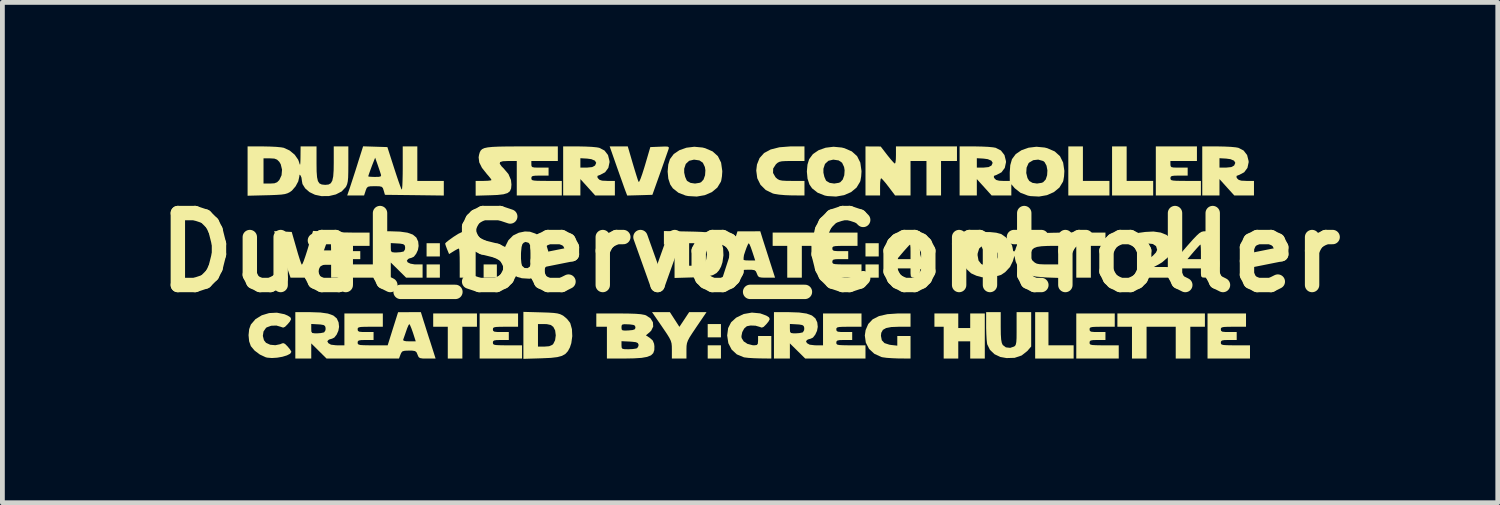
<source format=kicad_pcb>
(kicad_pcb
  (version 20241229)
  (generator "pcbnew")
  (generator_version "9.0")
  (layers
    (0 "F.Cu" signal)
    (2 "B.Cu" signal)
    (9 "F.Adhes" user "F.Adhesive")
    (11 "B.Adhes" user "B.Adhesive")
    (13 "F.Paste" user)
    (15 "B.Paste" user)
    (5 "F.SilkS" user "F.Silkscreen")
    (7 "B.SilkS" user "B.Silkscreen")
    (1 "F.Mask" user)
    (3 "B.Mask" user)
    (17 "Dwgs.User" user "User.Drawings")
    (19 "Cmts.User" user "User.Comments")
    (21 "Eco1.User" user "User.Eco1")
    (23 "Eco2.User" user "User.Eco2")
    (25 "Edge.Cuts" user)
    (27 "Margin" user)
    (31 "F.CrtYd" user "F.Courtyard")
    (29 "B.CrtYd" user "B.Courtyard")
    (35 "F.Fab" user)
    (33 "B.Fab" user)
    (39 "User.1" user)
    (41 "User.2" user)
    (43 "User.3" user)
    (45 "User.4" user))
  (footprint "Dual_Servo_Controller"
    (layer "F.Cu")
    (at 12.586 2.213)
    (property "Reference" "Dual_Servo_Controller" (at 0 0 0) (layer "F.SilkS") (effects (font (size 1.5 1.5) (thickness 0.3))))
    (attr board_only exclude_from_pos_files exclude_from_bom)
    (fp_poly (pts (xy -6.467 -0.055) (xy -6.467 0.083) (xy -6.606 0.083) (xy -6.744 0.083) (xy -6.744 -0.055) (xy -6.744 -0.193) (xy -6.606 -0.193) (xy -6.467 -0.193)) (stroke (width 0) (type solid)) (fill yes) (layer "F.SilkS"))
    (fp_poly (pts (xy -6.467 0.387) (xy -6.467 0.525) (xy -6.606 0.525) (xy -6.744 0.525) (xy -6.744 0.387) (xy -6.744 0.249) (xy -6.606 0.249) (xy -6.467 0.249)) (stroke (width 0) (type solid)) (fill yes) (layer "F.SilkS"))
    (fp_poly (pts (xy -5.279 0.387) (xy -5.279 0.525) (xy -5.417 0.525) (xy -5.555 0.525) (xy -5.555 0.387) (xy -5.555 0.249) (xy -5.417 0.249) (xy -5.279 0.249)) (stroke (width 0) (type solid)) (fill yes) (layer "F.SilkS"))
    (fp_poly (pts (xy -0.608 1.631) (xy -0.608 1.769) (xy -0.746 1.769) (xy -0.884 1.769) (xy -0.884 1.631) (xy -0.884 1.492) (xy -0.746 1.492) (xy -0.608 1.492)) (stroke (width 0) (type solid)) (fill yes) (layer "F.SilkS"))
    (fp_poly (pts (xy -0.608 2.073) (xy -0.608 2.211) (xy -0.746 2.211) (xy -0.884 2.211) (xy -0.884 2.073) (xy -0.884 1.935) (xy -0.746 1.935) (xy -0.608 1.935)) (stroke (width 0) (type solid)) (fill yes) (layer "F.SilkS"))
    (fp_poly (pts (xy 2.681 -0.055) (xy 2.681 0.083) (xy 2.543 0.083) (xy 2.405 0.083) (xy 2.405 -0.055) (xy 2.405 -0.193) (xy 2.543 -0.193) (xy 2.681 -0.193)) (stroke (width 0) (type solid)) (fill yes) (layer "F.SilkS"))
    (fp_poly (pts (xy 2.681 0.387) (xy 2.681 0.525) (xy 2.543 0.525) (xy 2.405 0.525) (xy 2.405 0.387) (xy 2.405 0.249) (xy 2.543 0.249) (xy 2.681 0.249)) (stroke (width 0) (type solid)) (fill yes) (layer "F.SilkS"))
    (fp_poly (pts (xy 6.219 1.589) (xy 6.219 1.935) (xy 6.481 1.935) (xy 6.744 1.935) (xy 6.744 2.073) (xy 6.744 2.211) (xy 6.343 2.211) (xy 5.942 2.211) (xy 5.942 1.727) (xy 5.942 1.244) (xy 6.081 1.244) (xy 6.219 1.244)) (stroke (width 0) (type solid)) (fill yes) (layer "F.SilkS"))
    (fp_poly (pts (xy 6.937 -1.852) (xy 6.937 -1.492) (xy 7.214 -1.492) (xy 7.49 -1.492) (xy 7.49 -1.34) (xy 7.49 -1.188) (xy 7.062 -1.188) (xy 6.633 -1.188) (xy 6.633 -1.7) (xy 6.633 -2.211) (xy 6.785 -2.211) (xy 6.937 -2.211)) (stroke (width 0) (type solid)) (fill yes) (layer "F.SilkS"))
    (fp_poly (pts (xy 7.849 -1.852) (xy 7.849 -1.492) (xy 8.126 -1.492) (xy 8.402 -1.492) (xy 8.402 -1.34) (xy 8.402 -1.188) (xy 7.974 -1.188) (xy 7.545 -1.188) (xy 7.545 -1.7) (xy 7.545 -2.211) (xy 7.697 -2.211) (xy 7.849 -2.211)) (stroke (width 0) (type solid)) (fill yes) (layer "F.SilkS"))
    (fp_poly (pts (xy -5.694 1.41) (xy -5.694 1.548) (xy -5.846 1.548) (xy -5.998 1.548) (xy -5.998 1.879) (xy -5.998 2.211) (xy -6.15 2.211) (xy -6.302 2.211) (xy -6.302 1.879) (xy -6.302 1.548) (xy -6.454 1.548) (xy -6.606 1.548) (xy -6.606 1.41) (xy -6.606 1.271) (xy -6.15 1.271) (xy -5.694 1.271)) (stroke (width 0) (type solid)) (fill yes) (layer "F.SilkS"))
    (fp_poly (pts (xy 1.382 -0.276) (xy 1.382 -0.138) (xy 1.23 -0.138) (xy 1.078 -0.138) (xy 1.078 0.193) (xy 1.078 0.525) (xy 0.926 0.525) (xy 0.774 0.525) (xy 0.774 0.193) (xy 0.774 -0.138) (xy 0.622 -0.138) (xy 0.47 -0.138) (xy 0.47 -0.276) (xy 0.47 -0.415) (xy 0.926 -0.415) (xy 1.382 -0.415)) (stroke (width 0) (type solid)) (fill yes) (layer "F.SilkS"))
    (fp_poly (pts (xy 9.48 1.41) (xy 9.48 1.548) (xy 9.328 1.548) (xy 9.176 1.548) (xy 9.176 1.879) (xy 9.176 2.211) (xy 9.024 2.211) (xy 8.872 2.211) (xy 8.872 1.879) (xy 8.872 1.548) (xy 8.568 1.548) (xy 8.264 1.548) (xy 8.264 1.879) (xy 8.264 2.211) (xy 8.112 2.211) (xy 7.96 2.211) (xy 7.96 1.879) (xy 7.96 1.548) (xy 7.808 1.548) (xy 7.656 1.548) (xy 7.656 1.41) (xy 7.656 1.271) (xy 8.568 1.271) (xy 9.48 1.271)) (stroke (width 0) (type solid)) (fill yes) (layer "F.SilkS"))
    (fp_poly (pts (xy -5.721 0.041) (xy -5.721 0.525) (xy -5.887 0.525) (xy -6.053 0.525) (xy -6.053 0.221) (xy -6.054 0.099) (xy -6.058 0.000207) (xy -6.064 -0.064) (xy -6.07 -0.083) (xy -6.103 -0.07) (xy -6.162 -0.037) (xy -6.181 -0.025) (xy -6.275 0.033) (xy -6.316 -0.066) (xy -6.342 -0.135) (xy -6.356 -0.181) (xy -6.357 -0.186) (xy -6.336 -0.211) (xy -6.279 -0.257) (xy -6.199 -0.314) (xy -6.184 -0.325) (xy -6.085 -0.388) (xy -6.01 -0.424) (xy -5.938 -0.439) (xy -5.866 -0.442) (xy -5.721 -0.442)) (stroke (width 0) (type solid)) (fill yes) (layer "F.SilkS"))
    (fp_poly (pts (xy -1.118 1.551) (xy -1.202 1.676) (xy -1.26 1.766) (xy -1.296 1.834) (xy -1.316 1.89) (xy -1.325 1.947) (xy -1.327 2.015) (xy -1.327 2.035) (xy -1.327 2.211) (xy -1.479 2.211) (xy -1.631 2.211) (xy -1.631 2.029) (xy -1.632 1.953) (xy -1.638 1.894) (xy -1.654 1.839) (xy -1.685 1.776) (xy -1.736 1.694) (xy -1.812 1.582) (xy -1.837 1.545) (xy -2.044 1.244) (xy -1.858 1.244) (xy -1.672 1.244) (xy -1.573 1.397) (xy -1.474 1.55) (xy -1.372 1.397) (xy -1.271 1.244) (xy -1.09 1.244) (xy -0.909 1.244)) (stroke (width 0) (type solid)) (fill yes) (layer "F.SilkS"))
    (fp_poly (pts (xy 4.339 1.423) (xy 4.339 1.575) (xy 4.464 1.575) (xy 4.588 1.575) (xy 4.588 1.423) (xy 4.588 1.271) (xy 4.74 1.271) (xy 4.892 1.271) (xy 4.892 1.741) (xy 4.892 2.211) (xy 4.74 2.211) (xy 4.588 2.211) (xy 4.588 2.031) (xy 4.588 1.852) (xy 4.464 1.852) (xy 4.339 1.852) (xy 4.339 2.031) (xy 4.339 2.211) (xy 4.187 2.211) (xy 4.035 2.211) (xy 4.035 1.879) (xy 4.035 1.548) (xy 3.939 1.548) (xy 3.842 1.548) (xy 3.842 1.41) (xy 3.842 1.271) (xy 4.091 1.271) (xy 4.339 1.271)) (stroke (width 0) (type solid)) (fill yes) (layer "F.SilkS"))
    (fp_poly (pts (xy 9.314 -2.059) (xy 9.314 -1.907) (xy 9.038 -1.907) (xy 8.761 -1.907) (xy 8.761 -1.838) (xy 8.765 -1.801) (xy 8.782 -1.78) (xy 8.827 -1.771) (xy 8.912 -1.769) (xy 8.941 -1.769) (xy 9.121 -1.769) (xy 9.121 -1.686) (xy 9.121 -1.603) (xy 8.941 -1.603) (xy 8.844 -1.601) (xy 8.79 -1.594) (xy 8.766 -1.576) (xy 8.761 -1.548) (xy 8.765 -1.524) (xy 8.781 -1.508) (xy 8.82 -1.499) (xy 8.89 -1.494) (xy 9.002 -1.493) (xy 9.079 -1.492) (xy 9.397 -1.492) (xy 9.397 -1.34) (xy 9.397 -1.188) (xy 8.927 -1.188) (xy 8.457 -1.188) (xy 8.457 -1.7) (xy 8.457 -2.211) (xy 8.886 -2.211) (xy 9.314 -2.211)) (stroke (width 0) (type solid)) (fill yes) (layer "F.SilkS"))
    (fp_poly (pts (xy 8.56 -0.415) (xy 8.682 -0.365) (xy 8.766 -0.291) (xy 8.788 -0.251) (xy 8.81 -0.132) (xy 8.78 -0.011) (xy 8.705 0.104) (xy 8.587 0.206) (xy 8.514 0.25) (xy 8.416 0.302) (xy 8.616 0.303) (xy 8.817 0.304) (xy 8.817 0.415) (xy 8.817 0.525) (xy 8.444 0.525) (xy 8.071 0.525) (xy 8.071 0.392) (xy 8.073 0.311) (xy 8.091 0.263) (xy 8.137 0.229) (xy 8.189 0.202) (xy 8.303 0.138) (xy 8.397 0.067) (xy 8.461 -0.001) (xy 8.485 -0.056) (xy 8.462 -0.132) (xy 8.395 -0.177) (xy 8.283 -0.189) (xy 8.245 -0.187) (xy 8.098 -0.175) (xy 8.098 -0.292) (xy 8.098 -0.409) (xy 8.236 -0.428) (xy 8.408 -0.437)) (stroke (width 0) (type solid)) (fill yes) (layer "F.SilkS"))
    (fp_poly (pts (xy -4.837 1.41) (xy -4.837 1.548) (xy -5.099 1.548) (xy -5.221 1.549) (xy -5.298 1.553) (xy -5.341 1.562) (xy -5.358 1.578) (xy -5.362 1.603) (xy -5.356 1.634) (xy -5.329 1.651) (xy -5.27 1.657) (xy -5.196 1.658) (xy -5.03 1.658) (xy -5.03 1.741) (xy -5.03 1.824) (xy -5.196 1.824) (xy -5.289 1.826) (xy -5.339 1.835) (xy -5.359 1.855) (xy -5.362 1.879) (xy -5.358 1.904) (xy -5.342 1.92) (xy -5.302 1.929) (xy -5.229 1.933) (xy -5.115 1.935) (xy -5.058 1.935) (xy -4.754 1.935) (xy -4.754 2.073) (xy -4.754 2.211) (xy -5.196 2.211) (xy -5.638 2.211) (xy -5.638 1.741) (xy -5.638 1.271) (xy -5.238 1.271) (xy -4.837 1.271)) (stroke (width 0) (type solid)) (fill yes) (layer "F.SilkS"))
    (fp_poly (pts (xy -2.447 -1.859) (xy -2.407 -1.725) (xy -2.371 -1.609) (xy -2.343 -1.521) (xy -2.325 -1.473) (xy -2.324 -1.47) (xy -2.309 -1.481) (xy -2.283 -1.539) (xy -2.248 -1.637) (xy -2.206 -1.769) (xy -2.192 -1.815) (xy -2.08 -2.197) (xy -1.881 -2.205) (xy -1.778 -2.209) (xy -1.72 -2.207) (xy -1.696 -2.195) (xy -1.695 -2.172) (xy -1.701 -2.151) (xy -1.717 -2.105) (xy -1.748 -2.017) (xy -1.79 -1.897) (xy -1.84 -1.755) (xy -1.879 -1.645) (xy -2.037 -1.202) (xy -2.299 -1.194) (xy -2.562 -1.187) (xy -2.607 -1.305) (xy -2.632 -1.374) (xy -2.67 -1.482) (xy -2.718 -1.616) (xy -2.77 -1.763) (xy -2.789 -1.817) (xy -2.927 -2.211) (xy -2.738 -2.211) (xy -2.55 -2.211)) (stroke (width 0) (type solid)) (fill yes) (layer "F.SilkS"))
    (fp_poly (pts (xy 2.239 -0.276) (xy 2.239 -0.138) (xy 1.976 -0.138) (xy 1.854 -0.137) (xy 1.777 -0.133) (xy 1.735 -0.124) (xy 1.717 -0.108) (xy 1.714 -0.083) (xy 1.72 -0.052) (xy 1.746 -0.035) (xy 1.806 -0.029) (xy 1.879 -0.028) (xy 2.045 -0.028) (xy 2.045 0.055) (xy 2.045 0.138) (xy 1.879 0.138) (xy 1.787 0.14) (xy 1.737 0.149) (xy 1.717 0.169) (xy 1.714 0.193) (xy 1.717 0.218) (xy 1.734 0.234) (xy 1.774 0.243) (xy 1.846 0.247) (xy 1.96 0.249) (xy 2.018 0.249) (xy 2.322 0.249) (xy 2.322 0.387) (xy 2.322 0.525) (xy 1.879 0.525) (xy 1.437 0.525) (xy 1.437 0.055) (xy 1.437 -0.415) (xy 1.838 -0.415) (xy 2.239 -0.415)) (stroke (width 0) (type solid)) (fill yes) (layer "F.SilkS"))
    (fp_poly (pts (xy 7.601 1.41) (xy 7.601 1.548) (xy 7.338 1.548) (xy 7.216 1.549) (xy 7.139 1.553) (xy 7.097 1.562) (xy 7.079 1.578) (xy 7.076 1.603) (xy 7.082 1.634) (xy 7.108 1.651) (xy 7.168 1.657) (xy 7.241 1.658) (xy 7.407 1.658) (xy 7.407 1.741) (xy 7.407 1.824) (xy 7.241 1.824) (xy 7.149 1.826) (xy 7.099 1.835) (xy 7.079 1.855) (xy 7.076 1.879) (xy 7.079 1.904) (xy 7.096 1.92) (xy 7.136 1.929) (xy 7.208 1.933) (xy 7.322 1.935) (xy 7.38 1.935) (xy 7.684 1.935) (xy 7.684 2.073) (xy 7.684 2.211) (xy 7.241 2.211) (xy 6.799 2.211) (xy 6.799 1.741) (xy 6.799 1.271) (xy 7.2 1.271) (xy 7.601 1.271)) (stroke (width 0) (type solid)) (fill yes) (layer "F.SilkS"))
    (fp_poly (pts (xy 10.337 1.41) (xy 10.337 1.548) (xy 10.074 1.548) (xy 9.952 1.549) (xy 9.875 1.553) (xy 9.833 1.562) (xy 9.815 1.578) (xy 9.812 1.603) (xy 9.818 1.634) (xy 9.844 1.651) (xy 9.904 1.657) (xy 9.978 1.658) (xy 10.143 1.658) (xy 10.143 1.741) (xy 10.143 1.824) (xy 9.978 1.824) (xy 9.885 1.826) (xy 9.835 1.835) (xy 9.815 1.855) (xy 9.812 1.879) (xy 9.815 1.904) (xy 9.832 1.92) (xy 9.872 1.929) (xy 9.944 1.933) (xy 10.058 1.935) (xy 10.116 1.935) (xy 10.42 1.935) (xy 10.42 2.073) (xy 10.42 2.211) (xy 9.978 2.211) (xy 9.535 2.211) (xy 9.535 1.741) (xy 9.535 1.271) (xy 9.936 1.271) (xy 10.337 1.271)) (stroke (width 0) (type solid)) (fill yes) (layer "F.SilkS"))
    (fp_poly (pts (xy 3.344 1.41) (xy 3.344 1.548) (xy 3.099 1.548) (xy 2.943 1.554) (xy 2.835 1.575) (xy 2.768 1.613) (xy 2.734 1.674) (xy 2.727 1.738) (xy 2.745 1.829) (xy 2.801 1.889) (xy 2.903 1.922) (xy 2.941 1.928) (xy 3.068 1.942) (xy 3.068 1.842) (xy 3.068 1.741) (xy 3.206 1.741) (xy 3.344 1.741) (xy 3.344 1.976) (xy 3.344 2.211) (xy 3.089 2.209) (xy 2.963 2.204) (xy 2.846 2.196) (xy 2.759 2.184) (xy 2.737 2.179) (xy 2.589 2.111) (xy 2.479 2.009) (xy 2.412 1.879) (xy 2.391 1.73) (xy 2.408 1.617) (xy 2.463 1.49) (xy 2.555 1.393) (xy 2.686 1.326) (xy 2.861 1.286) (xy 3.082 1.271) (xy 3.101 1.271) (xy 3.344 1.271)) (stroke (width 0) (type solid)) (fill yes) (layer "F.SilkS"))
    (fp_poly (pts (xy 5.224 1.555) (xy 5.226 1.707) (xy 5.233 1.813) (xy 5.246 1.883) (xy 5.266 1.928) (xy 5.267 1.929) (xy 5.332 1.978) (xy 5.421 1.988) (xy 5.502 1.961) (xy 5.524 1.945) (xy 5.539 1.916) (xy 5.549 1.867) (xy 5.554 1.786) (xy 5.555 1.665) (xy 5.555 1.588) (xy 5.555 1.244) (xy 5.707 1.244) (xy 5.859 1.244) (xy 5.859 1.602) (xy 5.859 1.96) (xy 5.777 2.055) (xy 5.66 2.147) (xy 5.514 2.196) (xy 5.345 2.201) (xy 5.216 2.178) (xy 5.095 2.121) (xy 4.999 2.029) (xy 4.943 1.915) (xy 4.938 1.888) (xy 4.93 1.813) (xy 4.924 1.702) (xy 4.92 1.574) (xy 4.92 1.513) (xy 4.92 1.244) (xy 5.072 1.244) (xy 5.224 1.244)) (stroke (width 0) (type solid)) (fill yes) (layer "F.SilkS"))
    (fp_poly (pts (xy 1.133 -2.059) (xy 1.133 -1.907) (xy 0.869 -1.907) (xy 0.745 -1.906) (xy 0.662 -1.901) (xy 0.608 -1.889) (xy 0.569 -1.867) (xy 0.538 -1.839) (xy 0.481 -1.751) (xy 0.478 -1.658) (xy 0.529 -1.569) (xy 0.538 -1.56) (xy 0.574 -1.529) (xy 0.614 -1.509) (xy 0.671 -1.498) (xy 0.759 -1.493) (xy 0.869 -1.492) (xy 1.133 -1.492) (xy 1.133 -1.34) (xy 1.133 -1.188) (xy 0.864 -1.19) (xy 0.731 -1.195) (xy 0.605 -1.206) (xy 0.505 -1.222) (xy 0.474 -1.23) (xy 0.326 -1.302) (xy 0.217 -1.41) (xy 0.149 -1.548) (xy 0.128 -1.708) (xy 0.143 -1.833) (xy 0.197 -1.968) (xy 0.291 -2.073) (xy 0.428 -2.147) (xy 0.61 -2.193) (xy 0.838 -2.211) (xy 0.876 -2.211) (xy 1.133 -2.211)) (stroke (width 0) (type solid)) (fill yes) (layer "F.SilkS"))
    (fp_poly (pts (xy -4.36 1.248) (xy -4.206 1.253) (xy -4.096 1.26) (xy -4.018 1.27) (xy -3.96 1.286) (xy -3.912 1.309) (xy -3.893 1.32) (xy -3.817 1.384) (xy -3.756 1.461) (xy -3.748 1.476) (xy -3.714 1.598) (xy -3.707 1.744) (xy -3.727 1.89) (xy -3.757 1.981) (xy -3.799 2.058) (xy -3.851 2.115) (xy -3.922 2.155) (xy -4.019 2.181) (xy -4.154 2.197) (xy -4.333 2.205) (xy -4.36 2.206) (xy -4.726 2.217) (xy -4.726 1.727) (xy -4.422 1.727) (xy -4.422 1.962) (xy -4.288 1.962) (xy -4.188 1.954) (xy -4.123 1.925) (xy -4.104 1.907) (xy -4.065 1.829) (xy -4.051 1.727) (xy -4.064 1.625) (xy -4.102 1.551) (xy -4.156 1.511) (xy -4.235 1.494) (xy -4.288 1.492) (xy -4.422 1.492) (xy -4.422 1.727) (xy -4.726 1.727) (xy -4.726 1.238)) (stroke (width 0) (type solid)) (fill yes) (layer "F.SilkS"))
    (fp_poly (pts (xy 4.312 -2.059) (xy 4.312 -1.907) (xy 4.146 -1.907) (xy 3.98 -1.907) (xy 3.98 -1.548) (xy 3.98 -1.188) (xy 3.828 -1.188) (xy 3.676 -1.188) (xy 3.676 -1.548) (xy 3.676 -1.907) (xy 3.51 -1.907) (xy 3.344 -1.907) (xy 3.344 -1.548) (xy 3.344 -1.188) (xy 3.184 -1.188) (xy 3.023 -1.188) (xy 2.887 -1.368) (xy 2.822 -1.451) (xy 2.768 -1.514) (xy 2.735 -1.546) (xy 2.73 -1.548) (xy 2.719 -1.523) (xy 2.711 -1.457) (xy 2.709 -1.368) (xy 2.709 -1.188) (xy 2.557 -1.188) (xy 2.405 -1.188) (xy 2.405 -1.7) (xy 2.405 -2.211) (xy 2.563 -2.21) (xy 2.722 -2.209) (xy 2.86 -2.03) (xy 2.926 -1.948) (xy 2.981 -1.885) (xy 3.015 -1.854) (xy 3.019 -1.852) (xy 3.03 -1.877) (xy 3.038 -1.943) (xy 3.04 -2.031) (xy 3.04 -2.211) (xy 3.676 -2.211) (xy 4.312 -2.211)) (stroke (width 0) (type solid)) (fill yes) (layer "F.SilkS"))
    (fp_poly (pts (xy 0.209 1.269) (xy 0.338 1.316) (xy 0.394 1.352) (xy 0.409 1.389) (xy 0.383 1.44) (xy 0.337 1.496) (xy 0.283 1.55) (xy 0.244 1.566) (xy 0.201 1.552) (xy 0.2 1.551) (xy 0.113 1.526) (xy 0.009 1.522) (xy -0.068 1.537) (xy -0.122 1.583) (xy -0.164 1.66) (xy -0.181 1.745) (xy -0.177 1.783) (xy -0.133 1.854) (xy -0.052 1.907) (xy 0.052 1.933) (xy 0.082 1.935) (xy 0.138 1.929) (xy 0.161 1.902) (xy 0.166 1.838) (xy 0.166 1.741) (xy 0.304 1.741) (xy 0.442 1.741) (xy 0.442 1.976) (xy 0.442 2.211) (xy 0.2 2.208) (xy 0.077 2.204) (xy -0.036 2.197) (xy -0.119 2.187) (xy -0.135 2.183) (xy -0.277 2.124) (xy -0.385 2.024) (xy -0.454 1.891) (xy -0.478 1.73) (xy -0.478 1.729) (xy -0.458 1.576) (xy -0.396 1.455) (xy -0.291 1.359) (xy -0.135 1.283) (xy 0.037 1.253)) (stroke (width 0) (type solid)) (fill yes) (layer "F.SilkS"))
    (fp_poly (pts (xy -4.589 -0.433) (xy -4.481 -0.396) (xy -4.449 -0.38) (xy -4.333 -0.292) (xy -4.251 -0.171) (xy -4.208 -0.027) (xy -4.207 0.128) (xy -4.25 0.283) (xy -4.253 0.29) (xy -4.34 0.421) (xy -4.456 0.507) (xy -4.597 0.547) (xy -4.757 0.537) (xy -4.851 0.511) (xy -4.973 0.442) (xy -5.061 0.332) (xy -5.115 0.188) (xy -5.12 0.13) (xy -4.776 0.13) (xy -4.768 0.22) (xy -4.754 0.276) (xy -4.754 0.276) (xy -4.703 0.323) (xy -4.639 0.326) (xy -4.59 0.293) (xy -4.573 0.241) (xy -4.565 0.143) (xy -4.566 0.04) (xy -4.573 -0.077) (xy -4.586 -0.15) (xy -4.607 -0.191) (xy -4.623 -0.204) (xy -4.682 -0.22) (xy -4.719 -0.204) (xy -4.747 -0.173) (xy -4.764 -0.114) (xy -4.774 -0.014) (xy -4.776 0.023) (xy -4.776 0.13) (xy -5.12 0.13) (xy -5.13 0.027) (xy -5.104 -0.124) (xy -5.039 -0.254) (xy -4.941 -0.354) (xy -4.821 -0.412) (xy -4.694 -0.438)) (stroke (width 0) (type solid)) (fill yes) (layer "F.SilkS"))
    (fp_poly (pts (xy -3.572 -2.211) (xy -3.433 -2.208) (xy -3.303 -2.202) (xy -3.2 -2.192) (xy -3.145 -2.182) (xy -3.036 -2.126) (xy -2.962 -2.031) (xy -2.931 -1.906) (xy -2.93 -1.881) (xy -2.955 -1.764) (xy -3.023 -1.672) (xy -3.127 -1.617) (xy -3.133 -1.615) (xy -3.181 -1.597) (xy -3.183 -1.568) (xy -3.17 -1.545) (xy -3.138 -1.514) (xy -3.083 -1.497) (xy -2.989 -1.493) (xy -2.978 -1.492) (xy -2.819 -1.492) (xy -2.819 -1.34) (xy -2.819 -1.188) (xy -3.024 -1.188) (xy -3.229 -1.188) (xy -3.383 -1.359) (xy -3.538 -1.53) (xy -3.538 -1.359) (xy -3.538 -1.188) (xy -3.717 -1.188) (xy -3.897 -1.188) (xy -3.897 -1.7) (xy -3.897 -1.867) (xy -3.538 -1.867) (xy -3.538 -1.769) (xy -3.403 -1.769) (xy -3.293 -1.78) (xy -3.232 -1.813) (xy -3.208 -1.869) (xy -3.235 -1.914) (xy -3.309 -1.945) (xy -3.396 -1.957) (xy -3.538 -1.965) (xy -3.538 -1.867) (xy -3.897 -1.867) (xy -3.897 -2.211)) (stroke (width 0) (type solid)) (fill yes) (layer "F.SilkS"))
    (fp_poly (pts (xy -1.32 -0.438) (xy -1.144 -0.434) (xy -1.014 -0.429) (xy -0.921 -0.422) (xy -0.854 -0.413) (xy -0.805 -0.398) (xy -0.764 -0.379) (xy -0.742 -0.366) (xy -0.666 -0.302) (xy -0.605 -0.225) (xy -0.597 -0.21) (xy -0.563 -0.088) (xy -0.556 0.058) (xy -0.576 0.204) (xy -0.606 0.295) (xy -0.648 0.372) (xy -0.7 0.429) (xy -0.771 0.469) (xy -0.869 0.495) (xy -1.003 0.511) (xy -1.183 0.519) (xy -1.209 0.52) (xy -1.575 0.531) (xy -1.575 0.182) (xy -1.575 0.041) (xy -1.271 0.041) (xy -1.271 0.276) (xy -1.137 0.276) (xy -1.037 0.268) (xy -0.973 0.239) (xy -0.954 0.221) (xy -0.914 0.143) (xy -0.9 0.041) (xy -0.913 -0.061) (xy -0.951 -0.135) (xy -1.005 -0.175) (xy -1.084 -0.192) (xy -1.137 -0.193) (xy -1.271 -0.193) (xy -1.271 0.041) (xy -1.575 0.041) (xy -1.575 -0.166) (xy -1.686 -0.166) (xy -1.797 -0.166) (xy -1.797 -0.306) (xy -1.797 -0.447)) (stroke (width 0) (type solid)) (fill yes) (layer "F.SilkS"))
    (fp_poly (pts (xy 9.75 -2.211) (xy 9.889 -2.208) (xy 10.019 -2.202) (xy 10.122 -2.192) (xy 10.177 -2.182) (xy 10.286 -2.126) (xy 10.36 -2.031) (xy 10.391 -1.906) (xy 10.392 -1.881) (xy 10.367 -1.764) (xy 10.299 -1.672) (xy 10.195 -1.617) (xy 10.189 -1.615) (xy 10.141 -1.597) (xy 10.139 -1.568) (xy 10.151 -1.545) (xy 10.184 -1.514) (xy 10.239 -1.497) (xy 10.333 -1.493) (xy 10.344 -1.492) (xy 10.503 -1.492) (xy 10.503 -1.34) (xy 10.503 -1.188) (xy 10.298 -1.188) (xy 10.093 -1.188) (xy 9.938 -1.359) (xy 9.784 -1.53) (xy 9.784 -1.359) (xy 9.784 -1.188) (xy 9.604 -1.188) (xy 9.425 -1.188) (xy 9.425 -1.7) (xy 9.425 -1.867) (xy 9.784 -1.867) (xy 9.784 -1.769) (xy 9.919 -1.769) (xy 10.029 -1.78) (xy 10.09 -1.813) (xy 10.114 -1.869) (xy 10.087 -1.914) (xy 10.013 -1.945) (xy 9.926 -1.957) (xy 9.784 -1.965) (xy 9.784 -1.867) (xy 9.425 -1.867) (xy 9.425 -2.211)) (stroke (width 0) (type solid)) (fill yes) (layer "F.SilkS"))
    (fp_poly (pts (xy -9.706 1.287) (xy -9.639 1.316) (xy -9.583 1.352) (xy -9.568 1.389) (xy -9.594 1.44) (xy -9.641 1.496) (xy -9.695 1.55) (xy -9.734 1.566) (xy -9.777 1.552) (xy -9.777 1.551) (xy -9.875 1.523) (xy -9.983 1.527) (xy -10.076 1.561) (xy -10.091 1.572) (xy -10.143 1.646) (xy -10.157 1.739) (xy -10.134 1.829) (xy -10.091 1.883) (xy -10.004 1.923) (xy -9.897 1.933) (xy -9.795 1.912) (xy -9.777 1.903) (xy -9.734 1.889) (xy -9.695 1.905) (xy -9.641 1.959) (xy -9.641 1.959) (xy -9.592 2.019) (xy -9.565 2.064) (xy -9.563 2.073) (xy -9.588 2.111) (xy -9.655 2.145) (xy -9.75 2.174) (xy -9.859 2.193) (xy -9.969 2.2) (xy -10.066 2.192) (xy -10.098 2.184) (xy -10.218 2.128) (xy -10.328 2.046) (xy -10.406 1.954) (xy -10.407 1.953) (xy -10.443 1.851) (xy -10.455 1.724) (xy -10.442 1.598) (xy -10.407 1.502) (xy -10.311 1.39) (xy -10.179 1.309) (xy -10.026 1.263) (xy -9.864 1.255)) (stroke (width 0) (type solid)) (fill yes) (layer "F.SilkS"))
    (fp_poly (pts (xy -7.298 -0.435) (xy -7.143 -0.413) (xy -7.031 -0.373) (xy -6.958 -0.312) (xy -6.919 -0.228) (xy -6.91 -0.136) (xy -6.924 -0.053) (xy -6.961 0.027) (xy -7.009 0.088) (xy -7.057 0.111) (xy -7.108 0.125) (xy -7.129 0.137) (xy -7.156 0.172) (xy -7.137 0.206) (xy -7.08 0.233) (xy -6.994 0.248) (xy -6.962 0.249) (xy -6.827 0.249) (xy -6.827 0.387) (xy -6.827 0.525) (xy -6.999 0.525) (xy -7.171 0.525) (xy -7.33 0.367) (xy -7.49 0.209) (xy -7.49 0.367) (xy -7.49 0.525) (xy -7.656 0.525) (xy -7.822 0.525) (xy -7.822 0.041) (xy -7.822 -0.098) (xy -7.49 -0.098) (xy -7.487 -0.037) (xy -7.468 -0.008) (xy -7.418 -0.001) (xy -7.373 -0.000424) (xy -7.29 -0.006) (xy -7.229 -0.019) (xy -7.218 -0.024) (xy -7.193 -0.067) (xy -7.191 -0.114) (xy -7.202 -0.153) (xy -7.233 -0.174) (xy -7.297 -0.185) (xy -7.345 -0.188) (xy -7.49 -0.196) (xy -7.49 -0.098) (xy -7.822 -0.098) (xy -7.822 -0.442) (xy -7.503 -0.442)) (stroke (width 0) (type solid)) (fill yes) (layer "F.SilkS"))
    (fp_poly (pts (xy -0.993 -2.188) (xy -0.937 -2.174) (xy -0.782 -2.107) (xy -0.672 -2.008) (xy -0.605 -1.874) (xy -0.581 -1.705) (xy -0.58 -1.686) (xy -0.587 -1.587) (xy -0.602 -1.499) (xy -0.61 -1.474) (xy -0.684 -1.352) (xy -0.798 -1.258) (xy -0.944 -1.195) (xy -1.111 -1.166) (xy -1.289 -1.176) (xy -1.345 -1.187) (xy -1.494 -1.245) (xy -1.61 -1.337) (xy -1.665 -1.417) (xy -1.705 -1.539) (xy -1.719 -1.686) (xy -1.714 -1.746) (xy -1.374 -1.746) (xy -1.374 -1.664) (xy -1.354 -1.576) (xy -1.322 -1.504) (xy -1.312 -1.491) (xy -1.243 -1.451) (xy -1.149 -1.437) (xy -1.054 -1.452) (xy -1.022 -1.465) (xy -0.971 -1.52) (xy -0.939 -1.61) (xy -0.932 -1.714) (xy -0.943 -1.782) (xy -0.985 -1.871) (xy -1.056 -1.919) (xy -1.166 -1.935) (xy -1.171 -1.935) (xy -1.271 -1.911) (xy -1.341 -1.846) (xy -1.374 -1.746) (xy -1.714 -1.746) (xy -1.706 -1.833) (xy -1.671 -1.946) (xy -1.592 -2.052) (xy -1.474 -2.132) (xy -1.327 -2.184) (xy -1.163 -2.204)) (stroke (width 0) (type solid)) (fill yes) (layer "F.SilkS"))
    (fp_poly (pts (xy 0.244 -0.339) (xy 0.264 -0.274) (xy 0.297 -0.171) (xy 0.339 -0.04) (xy 0.385 0.104) (xy 0.398 0.145) (xy 0.52 0.525) (xy 0.345 0.525) (xy 0.25 0.524) (xy 0.195 0.515) (xy 0.165 0.494) (xy 0.146 0.453) (xy 0.142 0.442) (xy 0.121 0.394) (xy 0.091 0.369) (xy 0.035 0.36) (xy -0.034 0.359) (xy -0.121 0.362) (xy -0.169 0.374) (xy -0.197 0.405) (xy -0.213 0.442) (xy -0.234 0.488) (xy -0.262 0.513) (xy -0.314 0.523) (xy -0.405 0.525) (xy -0.409 0.525) (xy -0.575 0.525) (xy -0.447 0.131) (xy -0.156 0.131) (xy -0.148 0.153) (xy -0.096 0.164) (xy -0.032 0.166) (xy 0.106 0.166) (xy 0.047 -0.014) (xy 0.016 -0.104) (xy -0.011 -0.168) (xy -0.028 -0.193) (xy -0.028 -0.193) (xy -0.045 -0.17) (xy -0.072 -0.108) (xy -0.094 -0.048) (xy -0.123 0.039) (xy -0.147 0.107) (xy -0.156 0.131) (xy -0.447 0.131) (xy -0.419 0.042) (xy -0.263 -0.441) (xy -0.025 -0.441) (xy 0.212 -0.442)) (stroke (width 0) (type solid)) (fill yes) (layer "F.SilkS"))
    (fp_poly (pts (xy 1.909 -2.188) (xy 1.966 -2.174) (xy 2.12 -2.107) (xy 2.23 -2.008) (xy 2.297 -1.874) (xy 2.321 -1.705) (xy 2.322 -1.686) (xy 2.315 -1.587) (xy 2.3 -1.499) (xy 2.292 -1.474) (xy 2.218 -1.352) (xy 2.104 -1.258) (xy 1.958 -1.195) (xy 1.792 -1.166) (xy 1.613 -1.176) (xy 1.557 -1.187) (xy 1.409 -1.245) (xy 1.292 -1.337) (xy 1.237 -1.417) (xy 1.197 -1.539) (xy 1.183 -1.686) (xy 1.188 -1.746) (xy 1.528 -1.746) (xy 1.528 -1.664) (xy 1.548 -1.576) (xy 1.58 -1.504) (xy 1.59 -1.491) (xy 1.659 -1.451) (xy 1.753 -1.437) (xy 1.848 -1.452) (xy 1.88 -1.465) (xy 1.931 -1.52) (xy 1.963 -1.61) (xy 1.97 -1.714) (xy 1.959 -1.782) (xy 1.917 -1.871) (xy 1.846 -1.919) (xy 1.737 -1.935) (xy 1.731 -1.935) (xy 1.631 -1.911) (xy 1.561 -1.846) (xy 1.528 -1.746) (xy 1.188 -1.746) (xy 1.196 -1.833) (xy 1.231 -1.946) (xy 1.31 -2.052) (xy 1.428 -2.132) (xy 1.575 -2.184) (xy 1.739 -2.204)) (stroke (width 0) (type solid)) (fill yes) (layer "F.SilkS"))
    (fp_poly (pts (xy 3.538 -0.196) (xy 3.539 -0.055) (xy 3.546 0.04) (xy 3.562 0.098) (xy 3.588 0.127) (xy 3.629 0.138) (xy 3.651 0.138) (xy 3.705 0.144) (xy 3.727 0.172) (xy 3.731 0.235) (xy 3.727 0.3) (xy 3.703 0.326) (xy 3.642 0.332) (xy 3.634 0.332) (xy 3.57 0.336) (xy 3.543 0.36) (xy 3.538 0.421) (xy 3.538 0.428) (xy 3.533 0.493) (xy 3.509 0.52) (xy 3.448 0.525) (xy 3.441 0.525) (xy 3.376 0.521) (xy 3.35 0.497) (xy 3.344 0.436) (xy 3.344 0.428) (xy 3.344 0.332) (xy 3.08 0.332) (xy 2.816 0.332) (xy 2.824 0.225) (xy 2.833 0.174) (xy 2.848 0.138) (xy 3.064 0.138) (xy 3.204 0.138) (xy 3.344 0.138) (xy 3.344 -0.014) (xy 3.343 -0.097) (xy 3.338 -0.152) (xy 3.334 -0.166) (xy 3.312 -0.146) (xy 3.265 -0.095) (xy 3.201 -0.023) (xy 3.193 -0.014) (xy 3.064 0.138) (xy 2.848 0.138) (xy 2.856 0.121) (xy 2.898 0.056) (xy 2.965 -0.029) (xy 3.064 -0.143) (xy 3.081 -0.162) (xy 3.182 -0.276) (xy 3.256 -0.353) (xy 3.31 -0.402) (xy 3.353 -0.429) (xy 3.393 -0.44) (xy 3.433 -0.442) (xy 3.538 -0.442)) (stroke (width 0) (type solid)) (fill yes) (layer "F.SilkS"))
    (fp_poly (pts (xy 9.591 -0.196) (xy 9.592 -0.055) (xy 9.599 0.04) (xy 9.614 0.098) (xy 9.641 0.127) (xy 9.682 0.138) (xy 9.704 0.138) (xy 9.758 0.144) (xy 9.78 0.172) (xy 9.784 0.235) (xy 9.78 0.3) (xy 9.756 0.326) (xy 9.695 0.332) (xy 9.687 0.332) (xy 9.623 0.336) (xy 9.596 0.36) (xy 9.591 0.421) (xy 9.591 0.428) (xy 9.586 0.493) (xy 9.562 0.52) (xy 9.501 0.525) (xy 9.494 0.525) (xy 9.429 0.521) (xy 9.402 0.497) (xy 9.397 0.436) (xy 9.397 0.428) (xy 9.397 0.332) (xy 9.133 0.332) (xy 8.869 0.332) (xy 8.877 0.225) (xy 8.886 0.174) (xy 8.901 0.138) (xy 9.117 0.138) (xy 9.257 0.138) (xy 9.397 0.138) (xy 9.397 -0.014) (xy 9.395 -0.097) (xy 9.391 -0.152) (xy 9.387 -0.166) (xy 9.365 -0.146) (xy 9.318 -0.095) (xy 9.254 -0.023) (xy 9.246 -0.014) (xy 9.117 0.138) (xy 8.901 0.138) (xy 8.909 0.121) (xy 8.951 0.056) (xy 9.018 -0.029) (xy 9.117 -0.143) (xy 9.134 -0.162) (xy 9.235 -0.276) (xy 9.309 -0.353) (xy 9.363 -0.402) (xy 9.406 -0.429) (xy 9.446 -0.44) (xy 9.486 -0.442) (xy 9.591 -0.442)) (stroke (width 0) (type solid)) (fill yes) (layer "F.SilkS"))
    (fp_poly (pts (xy -7.814 -2.205) (xy -7.561 -2.197) (xy -7.422 -1.764) (xy -7.374 -1.617) (xy -7.331 -1.489) (xy -7.295 -1.389) (xy -7.271 -1.327) (xy -7.262 -1.31) (xy -7.255 -1.329) (xy -7.249 -1.395) (xy -7.245 -1.499) (xy -7.242 -1.633) (xy -7.241 -1.75) (xy -7.241 -2.211) (xy -7.089 -2.211) (xy -6.937 -2.211) (xy -6.937 -1.852) (xy -6.937 -1.492) (xy -6.661 -1.492) (xy -6.385 -1.492) (xy -6.385 -1.34) (xy -6.385 -1.187) (xy -6.998 -1.195) (xy -7.612 -1.202) (xy -7.638 -1.292) (xy -7.655 -1.343) (xy -7.68 -1.369) (xy -7.729 -1.38) (xy -7.816 -1.382) (xy -7.824 -1.382) (xy -7.914 -1.38) (xy -7.965 -1.37) (xy -7.992 -1.344) (xy -8.013 -1.293) (xy -8.015 -1.285) (xy -8.047 -1.188) (xy -8.223 -1.188) (xy -8.399 -1.188) (xy -8.344 -1.347) (xy -8.315 -1.436) (xy -8.274 -1.561) (xy -8.266 -1.586) (xy -7.96 -1.586) (xy -7.935 -1.58) (xy -7.871 -1.576) (xy -7.82 -1.575) (xy -7.738 -1.577) (xy -7.7 -1.587) (xy -7.692 -1.61) (xy -7.7 -1.638) (xy -7.72 -1.7) (xy -7.75 -1.788) (xy -7.767 -1.838) (xy -7.816 -1.976) (xy -7.849 -1.893) (xy -7.881 -1.812) (xy -7.913 -1.725) (xy -7.941 -1.647) (xy -7.958 -1.596) (xy -7.96 -1.586) (xy -8.266 -1.586) (xy -8.227 -1.706) (xy -8.18 -1.855) (xy -8.179 -1.86) (xy -8.067 -2.213)) (stroke (width 0) (type solid)) (fill yes) (layer "F.SilkS"))
    (fp_poly (pts (xy -2.536 1.273) (xy -2.384 1.278) (xy -2.275 1.287) (xy -2.2 1.301) (xy -2.171 1.31) (xy -2.077 1.372) (xy -2.026 1.454) (xy -2.02 1.544) (xy -2.062 1.63) (xy -2.095 1.663) (xy -2.172 1.727) (xy -2.088 1.783) (xy -2.029 1.836) (xy -2.002 1.903) (xy -1.995 1.954) (xy -1.997 2.035) (xy -2.019 2.098) (xy -2.066 2.144) (xy -2.146 2.176) (xy -2.263 2.197) (xy -2.423 2.207) (xy -2.632 2.211) (xy -2.646 2.211) (xy -2.985 2.211) (xy -2.985 1.933) (xy -2.681 1.933) (xy -2.678 1.982) (xy -2.661 2.007) (xy -2.615 2.016) (xy -2.536 2.017) (xy -2.446 2.013) (xy -2.376 2.002) (xy -2.353 1.993) (xy -2.327 1.949) (xy -2.326 1.918) (xy -2.341 1.888) (xy -2.38 1.87) (xy -2.455 1.861) (xy -2.508 1.857) (xy -2.681 1.849) (xy -2.681 1.933) (xy -2.985 1.933) (xy -2.985 1.879) (xy -2.985 1.562) (xy -2.681 1.562) (xy -2.678 1.603) (xy -2.658 1.623) (xy -2.609 1.628) (xy -2.536 1.625) (xy -2.45 1.617) (xy -2.406 1.602) (xy -2.391 1.575) (xy -2.391 1.562) (xy -2.399 1.528) (xy -2.431 1.51) (xy -2.501 1.5) (xy -2.536 1.498) (xy -2.62 1.495) (xy -2.663 1.502) (xy -2.679 1.525) (xy -2.681 1.562) (xy -2.985 1.562) (xy -2.985 1.548) (xy -3.096 1.548) (xy -3.206 1.548) (xy -3.206 1.41) (xy -3.206 1.271) (xy -2.735 1.271)) (stroke (width 0) (type solid)) (fill yes) (layer "F.SilkS"))
    (fp_poly (pts (xy -4.008 -2.059) (xy -4.008 -1.907) (xy -4.284 -1.907) (xy -4.56 -1.907) (xy -4.56 -1.838) (xy -4.557 -1.801) (xy -4.539 -1.78) (xy -4.495 -1.771) (xy -4.41 -1.769) (xy -4.381 -1.769) (xy -4.201 -1.769) (xy -4.201 -1.686) (xy -4.201 -1.603) (xy -4.381 -1.603) (xy -4.478 -1.601) (xy -4.532 -1.594) (xy -4.556 -1.576) (xy -4.56 -1.548) (xy -4.557 -1.524) (xy -4.541 -1.508) (xy -4.502 -1.499) (xy -4.432 -1.494) (xy -4.32 -1.493) (xy -4.243 -1.492) (xy -3.925 -1.492) (xy -3.925 -1.34) (xy -3.925 -1.188) (xy -4.395 -1.188) (xy -4.864 -1.188) (xy -4.864 -1.548) (xy -4.864 -1.907) (xy -5.044 -1.907) (xy -5.154 -1.902) (xy -5.211 -1.885) (xy -5.219 -1.851) (xy -5.181 -1.796) (xy -5.138 -1.753) (xy -5.037 -1.634) (xy -4.985 -1.511) (xy -4.975 -1.415) (xy -4.982 -1.335) (xy -5.007 -1.277) (xy -5.058 -1.238) (xy -5.142 -1.213) (xy -5.268 -1.199) (xy -5.406 -1.193) (xy -5.721 -1.184) (xy -5.721 -1.338) (xy -5.721 -1.492) (xy -5.555 -1.492) (xy -5.468 -1.495) (xy -5.408 -1.502) (xy -5.39 -1.51) (xy -5.407 -1.539) (xy -5.45 -1.593) (xy -5.487 -1.635) (xy -5.59 -1.765) (xy -5.646 -1.878) (xy -5.659 -1.984) (xy -5.65 -2.037) (xy -5.636 -2.086) (xy -5.617 -2.124) (xy -5.586 -2.154) (xy -5.539 -2.176) (xy -5.468 -2.191) (xy -5.367 -2.201) (xy -5.232 -2.207) (xy -5.055 -2.21) (xy -4.831 -2.211) (xy -4.747 -2.211) (xy -4.008 -2.211)) (stroke (width 0) (type solid)) (fill yes) (layer "F.SilkS"))
    (fp_poly (pts (xy -8.821 -0.432) (xy -8.658 -0.424) (xy -8.471 -0.418) (xy -8.293 -0.415) (xy -8.232 -0.415) (xy -7.932 -0.415) (xy -7.932 -0.276) (xy -7.932 -0.138) (xy -8.195 -0.138) (xy -8.317 -0.137) (xy -8.394 -0.133) (xy -8.436 -0.124) (xy -8.454 -0.108) (xy -8.457 -0.083) (xy -8.451 -0.052) (xy -8.425 -0.035) (xy -8.365 -0.029) (xy -8.292 -0.028) (xy -8.126 -0.028) (xy -8.126 0.055) (xy -8.126 0.138) (xy -8.292 0.138) (xy -8.384 0.14) (xy -8.434 0.149) (xy -8.454 0.169) (xy -8.457 0.193) (xy -8.454 0.218) (xy -8.437 0.234) (xy -8.397 0.243) (xy -8.325 0.247) (xy -8.211 0.249) (xy -8.153 0.249) (xy -7.849 0.249) (xy -7.849 0.387) (xy -7.849 0.525) (xy -8.292 0.525) (xy -8.734 0.525) (xy -8.734 0.064) (xy -8.735 -0.09) (xy -8.739 -0.217) (xy -8.744 -0.312) (xy -8.752 -0.364) (xy -8.758 -0.372) (xy -8.774 -0.338) (xy -8.805 -0.261) (xy -8.846 -0.15) (xy -8.894 -0.015) (xy -8.93 0.09) (xy -9.079 0.525) (xy -9.329 0.525) (xy -9.58 0.525) (xy -9.7 0.173) (xy -9.75 0.028) (xy -9.798 -0.11) (xy -9.84 -0.227) (xy -9.87 -0.308) (xy -9.872 -0.312) (xy -9.922 -0.445) (xy -9.739 -0.437) (xy -9.555 -0.428) (xy -9.46 -0.097) (xy -9.423 0.032) (xy -9.389 0.14) (xy -9.362 0.218) (xy -9.346 0.255) (xy -9.346 0.255) (xy -9.331 0.238) (xy -9.305 0.177) (xy -9.271 0.08) (xy -9.231 -0.044) (xy -9.218 -0.087) (xy -9.111 -0.45)) (stroke (width 0) (type solid)) (fill yes) (layer "F.SilkS"))
    (fp_poly (pts (xy 1.021 1.251) (xy 1.177 1.273) (xy 1.288 1.313) (xy 1.361 1.374) (xy 1.4 1.458) (xy 1.41 1.55) (xy 1.395 1.633) (xy 1.358 1.713) (xy 1.31 1.774) (xy 1.262 1.797) (xy 1.212 1.811) (xy 1.19 1.822) (xy 1.165 1.85) (xy 1.184 1.888) (xy 1.187 1.891) (xy 1.242 1.922) (xy 1.343 1.934) (xy 1.372 1.935) (xy 1.52 1.935) (xy 1.52 1.603) (xy 1.52 1.271) (xy 1.921 1.271) (xy 2.322 1.271) (xy 2.322 1.41) (xy 2.322 1.548) (xy 2.059 1.548) (xy 1.937 1.549) (xy 1.86 1.553) (xy 1.818 1.562) (xy 1.8 1.578) (xy 1.797 1.603) (xy 1.803 1.634) (xy 1.829 1.651) (xy 1.889 1.657) (xy 1.962 1.658) (xy 2.128 1.658) (xy 2.128 1.741) (xy 2.128 1.824) (xy 1.962 1.824) (xy 1.87 1.826) (xy 1.82 1.835) (xy 1.8 1.855) (xy 1.797 1.879) (xy 1.8 1.904) (xy 1.817 1.92) (xy 1.857 1.929) (xy 1.929 1.933) (xy 2.043 1.935) (xy 2.101 1.935) (xy 2.405 1.935) (xy 2.405 2.073) (xy 2.405 2.211) (xy 1.777 2.211) (xy 1.149 2.211) (xy 0.989 2.053) (xy 0.829 1.895) (xy 0.829 2.053) (xy 0.829 2.211) (xy 0.663 2.211) (xy 0.497 2.211) (xy 0.497 1.727) (xy 0.497 1.588) (xy 0.829 1.588) (xy 0.832 1.649) (xy 0.851 1.678) (xy 0.901 1.685) (xy 0.947 1.686) (xy 1.029 1.68) (xy 1.09 1.667) (xy 1.101 1.662) (xy 1.126 1.619) (xy 1.129 1.572) (xy 1.117 1.533) (xy 1.086 1.512) (xy 1.022 1.501) (xy 0.974 1.498) (xy 0.829 1.49) (xy 0.829 1.588) (xy 0.497 1.588) (xy 0.497 1.244) (xy 0.816 1.244)) (stroke (width 0) (type solid)) (fill yes) (layer "F.SilkS"))
    (fp_poly (pts (xy -9.038 -1.856) (xy -9.036 -1.689) (xy -9.027 -1.569) (xy -9.009 -1.488) (xy -8.977 -1.44) (xy -8.929 -1.417) (xy -8.862 -1.41) (xy -8.851 -1.41) (xy -8.786 -1.417) (xy -8.74 -1.444) (xy -8.709 -1.498) (xy -8.69 -1.587) (xy -8.681 -1.717) (xy -8.679 -1.872) (xy -8.679 -2.211) (xy -8.527 -2.211) (xy -8.375 -2.211) (xy -8.375 -1.831) (xy -8.376 -1.674) (xy -8.379 -1.561) (xy -8.387 -1.481) (xy -8.4 -1.424) (xy -8.419 -1.379) (xy -8.431 -1.36) (xy -8.514 -1.272) (xy -8.635 -1.21) (xy -8.78 -1.176) (xy -8.936 -1.175) (xy -9.07 -1.203) (xy -9.184 -1.258) (xy -9.275 -1.337) (xy -9.331 -1.427) (xy -9.342 -1.488) (xy -9.352 -1.56) (xy -9.37 -1.603) (xy -9.39 -1.624) (xy -9.396 -1.597) (xy -9.397 -1.581) (xy -9.419 -1.482) (xy -9.475 -1.378) (xy -9.552 -1.289) (xy -9.595 -1.258) (xy -9.641 -1.235) (xy -9.696 -1.218) (xy -9.771 -1.207) (xy -9.878 -1.2) (xy -10.026 -1.194) (xy -10.081 -1.193) (xy -10.475 -1.183) (xy -10.475 -1.697) (xy -10.475 -1.7) (xy -10.143 -1.7) (xy -10.143 -1.437) (xy -10.007 -1.437) (xy -9.917 -1.442) (xy -9.86 -1.464) (xy -9.815 -1.509) (xy -9.814 -1.51) (xy -9.767 -1.61) (xy -9.757 -1.727) (xy -9.784 -1.839) (xy -9.814 -1.89) (xy -9.86 -1.935) (xy -9.916 -1.957) (xy -10.005 -1.962) (xy -10.007 -1.962) (xy -10.143 -1.962) (xy -10.143 -1.7) (xy -10.475 -1.7) (xy -10.475 -2.211) (xy -10.15 -2.211) (xy -10.01 -2.208) (xy -9.881 -2.202) (xy -9.777 -2.192) (xy -9.721 -2.182) (xy -9.599 -2.126) (xy -9.493 -2.038) (xy -9.42 -1.933) (xy -9.403 -1.886) (xy -9.389 -1.839) (xy -9.381 -1.829) (xy -9.376 -1.861) (xy -9.373 -1.94) (xy -9.372 -1.997) (xy -9.37 -2.211) (xy -9.204 -2.211) (xy -9.038 -2.211)) (stroke (width 0) (type solid)) (fill yes) (layer "F.SilkS"))
    (fp_poly (pts (xy 4.692 -2.211) (xy 4.831 -2.208) (xy 4.961 -2.202) (xy 5.064 -2.192) (xy 5.119 -2.182) (xy 5.228 -2.126) (xy 5.302 -2.031) (xy 5.333 -1.906) (xy 5.334 -1.881) (xy 5.309 -1.764) (xy 5.241 -1.672) (xy 5.137 -1.617) (xy 5.131 -1.615) (xy 5.083 -1.597) (xy 5.081 -1.568) (xy 5.094 -1.545) (xy 5.129 -1.512) (xy 5.191 -1.496) (xy 5.27 -1.492) (xy 5.413 -1.492) (xy 5.412 -1.657) (xy 5.756 -1.657) (xy 5.782 -1.551) (xy 5.819 -1.491) (xy 5.887 -1.451) (xy 5.981 -1.437) (xy 6.077 -1.452) (xy 6.109 -1.465) (xy 6.162 -1.522) (xy 6.191 -1.61) (xy 6.197 -1.712) (xy 6.179 -1.809) (xy 6.138 -1.884) (xy 6.109 -1.907) (xy 6.005 -1.936) (xy 5.902 -1.924) (xy 5.817 -1.874) (xy 5.803 -1.859) (xy 5.763 -1.768) (xy 5.756 -1.657) (xy 5.412 -1.657) (xy 5.412 -1.668) (xy 5.423 -1.821) (xy 5.457 -1.94) (xy 5.459 -1.946) (xy 5.538 -2.052) (xy 5.657 -2.132) (xy 5.804 -2.184) (xy 5.968 -2.204) (xy 6.138 -2.188) (xy 6.194 -2.174) (xy 6.349 -2.107) (xy 6.459 -2.008) (xy 6.525 -1.874) (xy 6.55 -1.705) (xy 6.55 -1.686) (xy 6.544 -1.587) (xy 6.529 -1.499) (xy 6.521 -1.474) (xy 6.447 -1.353) (xy 6.333 -1.259) (xy 6.188 -1.195) (xy 6.023 -1.166) (xy 5.846 -1.175) (xy 5.79 -1.186) (xy 5.635 -1.245) (xy 5.518 -1.338) (xy 5.507 -1.35) (xy 5.445 -1.423) (xy 5.445 -1.306) (xy 5.445 -1.188) (xy 5.24 -1.188) (xy 5.035 -1.188) (xy 4.881 -1.359) (xy 4.726 -1.53) (xy 4.726 -1.359) (xy 4.726 -1.188) (xy 4.547 -1.188) (xy 4.367 -1.188) (xy 4.367 -1.7) (xy 4.367 -1.867) (xy 4.726 -1.867) (xy 4.726 -1.769) (xy 4.861 -1.769) (xy 4.971 -1.78) (xy 5.032 -1.813) (xy 5.056 -1.869) (xy 5.029 -1.914) (xy 4.955 -1.945) (xy 4.868 -1.957) (xy 4.726 -1.965) (xy 4.726 -1.867) (xy 4.367 -1.867) (xy 4.367 -2.211)) (stroke (width 0) (type solid)) (fill yes) (layer "F.SilkS"))
    (fp_poly (pts (xy 5.131 -0.412) (xy 5.229 -0.386) (xy 5.241 -0.38) (xy 5.331 -0.316) (xy 5.408 -0.235) (xy 5.459 -0.151) (xy 5.472 -0.096) (xy 5.483 -0.032) (xy 5.505 -0.019) (xy 5.53 -0.057) (xy 5.539 -0.092) (xy 5.571 -0.173) (xy 5.627 -0.251) (xy 5.635 -0.259) (xy 5.686 -0.303) (xy 5.743 -0.338) (xy 5.812 -0.365) (xy 5.901 -0.385) (xy 6.015 -0.398) (xy 6.162 -0.407) (xy 6.347 -0.412) (xy 6.579 -0.414) (xy 6.693 -0.415) (xy 7.407 -0.415) (xy 7.407 -0.276) (xy 7.407 -0.138) (xy 7.255 -0.138) (xy 7.103 -0.138) (xy 7.103 0.193) (xy 7.103 0.525) (xy 6.951 0.525) (xy 6.799 0.525) (xy 6.799 0.193) (xy 6.799 -0.138) (xy 6.388 -0.138) (xy 6.207 -0.137) (xy 6.074 -0.13) (xy 5.981 -0.116) (xy 5.918 -0.092) (xy 5.878 -0.055) (xy 5.854 -0.003) (xy 5.844 0.033) (xy 5.842 0.099) (xy 5.879 0.16) (xy 5.897 0.178) (xy 5.935 0.212) (xy 5.976 0.233) (xy 6.034 0.244) (xy 6.123 0.248) (xy 6.217 0.249) (xy 6.467 0.249) (xy 6.467 0.39) (xy 6.467 0.531) (xy 6.17 0.521) (xy 5.959 0.503) (xy 5.795 0.465) (xy 5.674 0.402) (xy 5.59 0.314) (xy 5.538 0.196) (xy 5.529 0.162) (xy 5.509 0.069) (xy 5.477 0.181) (xy 5.417 0.303) (xy 5.317 0.41) (xy 5.232 0.467) (xy 5.174 0.485) (xy 5.085 0.501) (xy 4.985 0.513) (xy 4.893 0.519) (xy 4.831 0.516) (xy 4.823 0.513) (xy 4.777 0.5) (xy 4.72 0.486) (xy 4.608 0.435) (xy 4.511 0.345) (xy 4.444 0.229) (xy 4.426 0.171) (xy 4.417 0.055) (xy 4.741 0.055) (xy 4.761 0.167) (xy 4.82 0.242) (xy 4.914 0.275) (xy 4.945 0.276) (xy 5.02 0.27) (xy 5.071 0.257) (xy 5.074 0.255) (xy 5.128 0.191) (xy 5.158 0.099) (xy 5.157 0.019) (xy 5.116 -0.087) (xy 5.044 -0.148) (xy 4.947 -0.166) (xy 4.843 -0.144) (xy 4.774 -0.081) (xy 4.743 0.021) (xy 4.741 0.055) (xy 4.417 0.055) (xy 4.412 -0.002) (xy 4.447 -0.155) (xy 4.528 -0.283) (xy 4.654 -0.38) (xy 4.657 -0.381) (xy 4.747 -0.41) (xy 4.87 -0.425) (xy 5.005 -0.425)) (stroke (width 0) (type solid)) (fill yes) (layer "F.SilkS"))
    (fp_poly (pts (xy -8.957 1.251) (xy -8.801 1.273) (xy -8.689 1.313) (xy -8.616 1.374) (xy -8.578 1.458) (xy -8.568 1.55) (xy -8.583 1.633) (xy -8.619 1.713) (xy -8.668 1.774) (xy -8.715 1.797) (xy -8.766 1.811) (xy -8.787 1.822) (xy -8.813 1.85) (xy -8.793 1.888) (xy -8.791 1.891) (xy -8.736 1.922) (xy -8.635 1.934) (xy -8.606 1.935) (xy -8.457 1.935) (xy -8.457 1.603) (xy -8.457 1.271) (xy -8.057 1.271) (xy -7.656 1.271) (xy -7.656 1.41) (xy -7.656 1.548) (xy -7.918 1.548) (xy -8.041 1.549) (xy -8.118 1.553) (xy -8.16 1.562) (xy -8.178 1.578) (xy -8.181 1.603) (xy -8.175 1.634) (xy -8.148 1.651) (xy -8.089 1.657) (xy -8.015 1.658) (xy -7.849 1.658) (xy -7.849 1.741) (xy -7.849 1.824) (xy -8.015 1.824) (xy -8.108 1.826) (xy -8.158 1.835) (xy -8.178 1.855) (xy -8.181 1.879) (xy -8.178 1.903) (xy -8.161 1.919) (xy -8.122 1.929) (xy -8.051 1.933) (xy -7.939 1.935) (xy -7.868 1.935) (xy -7.555 1.935) (xy -7.518 1.817) (xy -7.232 1.817) (xy -7.223 1.839) (xy -7.171 1.85) (xy -7.108 1.852) (xy -6.97 1.852) (xy -7.028 1.672) (xy -7.06 1.582) (xy -7.087 1.518) (xy -7.103 1.493) (xy -7.104 1.492) (xy -7.121 1.516) (xy -7.148 1.578) (xy -7.169 1.638) (xy -7.199 1.725) (xy -7.223 1.793) (xy -7.232 1.817) (xy -7.518 1.817) (xy -7.447 1.59) (xy -7.338 1.245) (xy -7.101 1.244) (xy -6.863 1.244) (xy -6.831 1.347) (xy -6.811 1.412) (xy -6.778 1.515) (xy -6.737 1.646) (xy -6.691 1.79) (xy -6.677 1.831) (xy -6.556 2.211) (xy -6.73 2.211) (xy -6.825 2.21) (xy -6.881 2.201) (xy -6.91 2.18) (xy -6.929 2.139) (xy -6.933 2.128) (xy -6.954 2.08) (xy -6.985 2.055) (xy -7.041 2.046) (xy -7.109 2.045) (xy -7.196 2.048) (xy -7.245 2.06) (xy -7.272 2.091) (xy -7.288 2.128) (xy -7.319 2.211) (xy -8.074 2.211) (xy -8.829 2.211) (xy -8.989 2.053) (xy -9.148 1.895) (xy -9.148 2.053) (xy -9.148 2.211) (xy -9.314 2.211) (xy -9.48 2.211) (xy -9.48 1.727) (xy -9.48 1.588) (xy -9.148 1.588) (xy -9.146 1.649) (xy -9.127 1.678) (xy -9.076 1.685) (xy -9.031 1.686) (xy -8.949 1.68) (xy -8.887 1.667) (xy -8.877 1.662) (xy -8.851 1.619) (xy -8.849 1.572) (xy -8.861 1.533) (xy -8.891 1.512) (xy -8.956 1.501) (xy -9.003 1.498) (xy -9.148 1.49) (xy -9.148 1.588) (xy -9.48 1.588) (xy -9.48 1.244) (xy -9.161 1.244)) (stroke (width 0) (type solid)) (fill yes) (layer "F.SilkS")))
  (gr_rect
    (start -3 -3)
    (end 28.171 7.43)
    (stroke (width 0.1) (type default))
    (fill no)
    (layer "Edge.Cuts")))
</source>
